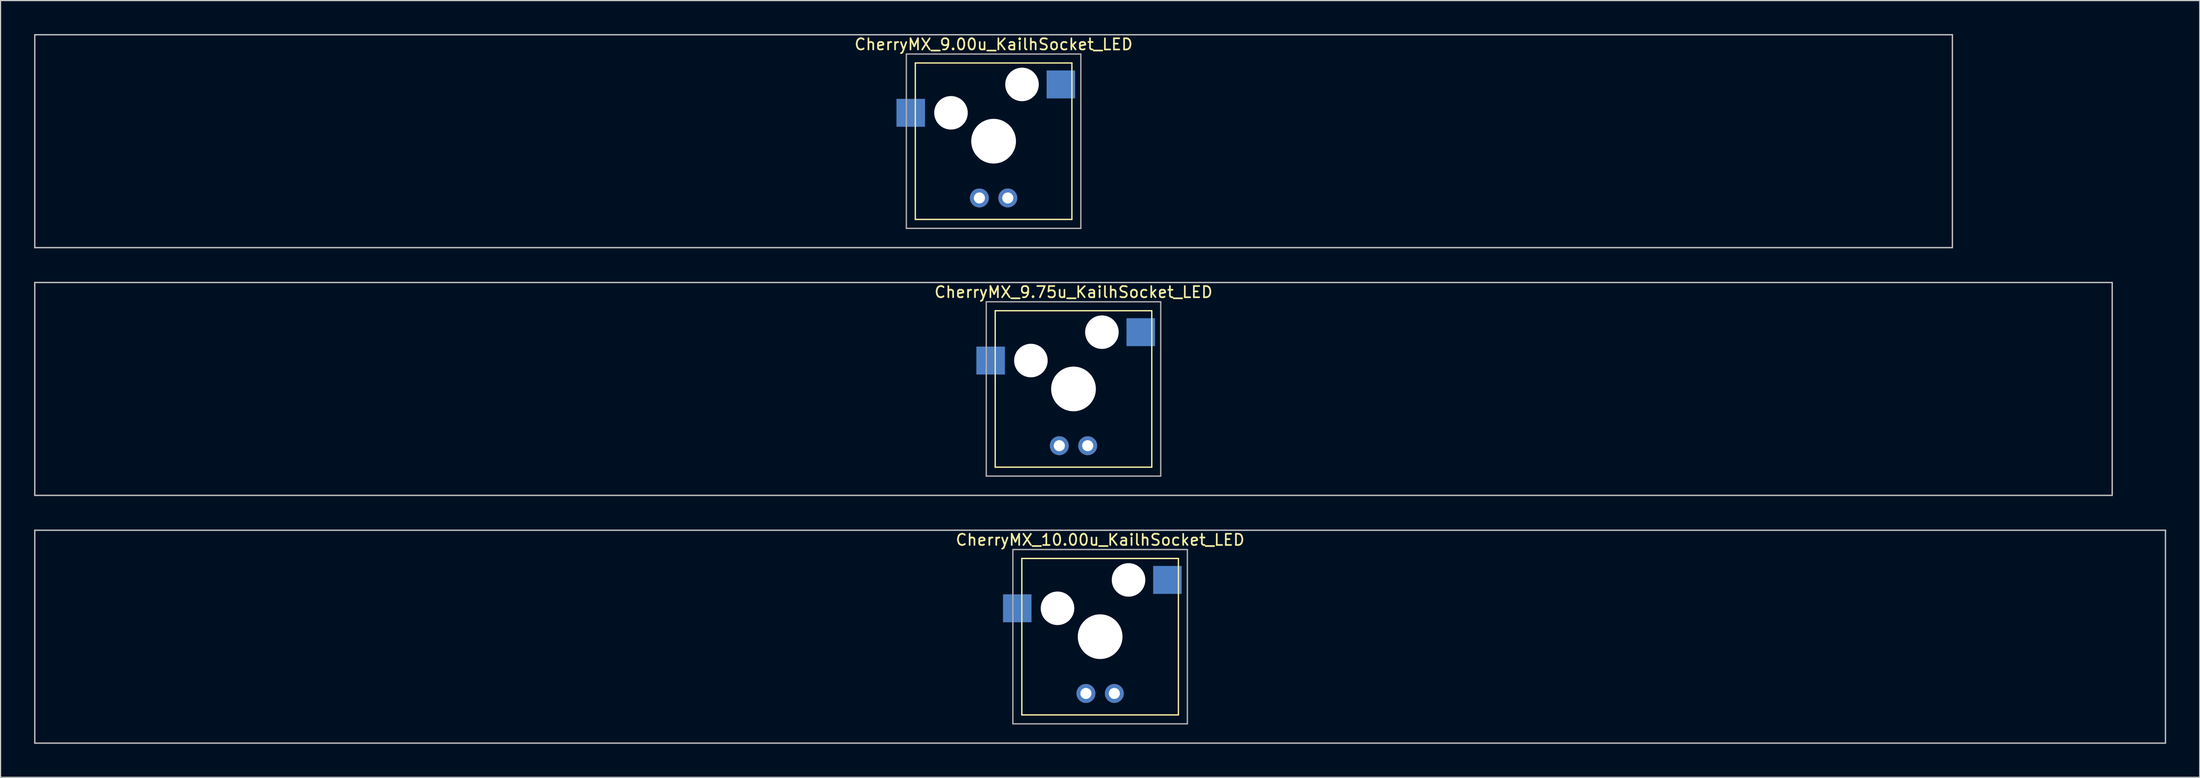
<source format=kicad_pcb>
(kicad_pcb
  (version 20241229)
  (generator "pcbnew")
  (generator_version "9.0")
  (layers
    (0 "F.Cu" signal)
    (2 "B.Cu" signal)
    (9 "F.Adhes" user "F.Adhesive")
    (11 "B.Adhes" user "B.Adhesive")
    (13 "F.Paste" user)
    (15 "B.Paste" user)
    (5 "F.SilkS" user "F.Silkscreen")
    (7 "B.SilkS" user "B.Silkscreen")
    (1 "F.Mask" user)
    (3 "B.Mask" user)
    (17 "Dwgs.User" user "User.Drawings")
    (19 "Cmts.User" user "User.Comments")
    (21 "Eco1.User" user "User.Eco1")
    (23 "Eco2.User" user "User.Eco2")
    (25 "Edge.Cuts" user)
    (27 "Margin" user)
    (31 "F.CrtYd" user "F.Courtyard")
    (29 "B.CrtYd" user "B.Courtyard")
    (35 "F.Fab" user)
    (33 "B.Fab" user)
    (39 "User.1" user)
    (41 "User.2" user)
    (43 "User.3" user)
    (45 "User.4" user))
  (footprint "CherryMX_9.75u_KailhSocket_LED"
    (layer "F.Cu")
    (at 92.929 31.755)
    (property "Reference" "CherryMX_9.75u_KailhSocket_LED" (at 0 -8.662 0) (layer "F.SilkS") (effects (font (size 1 1) (thickness 0.15))))
    (attr through_hole)
    (fp_line (start -7 -7) (end -7 7) (stroke (width 0.12) (type solid)) (layer "F.SilkS"))
    (fp_line (start -7 -7) (end 7 -7) (stroke (width 0.12) (type solid)) (layer "F.SilkS"))
    (fp_line (start 7 -7) (end 7 7) (stroke (width 0.12) (type solid)) (layer "F.SilkS"))
    (fp_line (start 7 7) (end -7 7) (stroke (width 0.12) (type solid)) (layer "F.SilkS"))
    (fp_line (start -92.869 -9.525) (end 92.869 -9.525) (stroke (width 0.12) (type solid)) (layer "Dwgs.User"))
    (fp_line (start -92.869 9.525) (end -92.869 -9.525) (stroke (width 0.12) (type solid)) (layer "Dwgs.User"))
    (fp_line (start 92.869 -9.525) (end 92.869 9.525) (stroke (width 0.12) (type solid)) (layer "Dwgs.User"))
    (fp_line (start 92.869 9.525) (end -92.869 9.525) (stroke (width 0.12) (type solid)) (layer "Dwgs.User"))
    (fp_line (start -7.8 -7.8) (end -7.8 7.8) (stroke (width 0.12) (type solid)) (layer "F.Fab"))
    (fp_line (start -7.8 -7.8) (end 7.8 -7.8) (stroke (width 0.12) (type solid)) (layer "F.Fab"))
    (fp_line (start -7.8 7.8) (end 7.8 7.8) (stroke (width 0.12) (type solid)) (layer "F.Fab"))
    (fp_line (start 7.8 -7.8) (end 7.8 7.8) (stroke (width 0.12) (type solid)) (layer "F.Fab"))
    (pad "" np_thru_hole circle (at -3.81 -2.54) (size 3 3) (drill 3) (layers "*.Cu" "*.Mask"))
    (pad "" np_thru_hole circle (at 0 0) (size 4 4) (drill 4) (layers "*.Cu" "*.Mask"))
    (pad "" np_thru_hole circle (at 2.54 -5.08) (size 3 3) (drill 3) (layers "*.Cu" "*.Mask"))
    (pad "1" smd rect (at -7.41 -2.54) (size 2.55 2.5) (layers "B.Cu" "B.Mask" "B.Paste"))
    (pad "2" smd rect (at 6.015 -5.08) (size 2.55 2.5) (layers "B.Cu" "B.Mask" "B.Paste"))
    (pad "3" thru_hole circle (at -1.27 5.08) (size 1.691 1.691) (drill 0.991) (layers "*.Cu" "*.Mask"))
    (pad "4" thru_hole circle (at 1.27 5.08) (size 1.691 1.691) (drill 0.991) (layers "*.Cu" "*.Mask")))
  (footprint "CherryMX_10.00u_KailhSocket_LED"
    (layer "F.Cu")
    (at 95.31 53.925)
    (property "Reference" "CherryMX_10.00u_KailhSocket_LED" (at 0 -8.662 0) (layer "F.SilkS") (effects (font (size 1 1) (thickness 0.15))))
    (attr through_hole)
    (fp_line (start -7 -7) (end -7 7) (stroke (width 0.12) (type solid)) (layer "F.SilkS"))
    (fp_line (start -7 -7) (end 7 -7) (stroke (width 0.12) (type solid)) (layer "F.SilkS"))
    (fp_line (start 7 -7) (end 7 7) (stroke (width 0.12) (type solid)) (layer "F.SilkS"))
    (fp_line (start 7 7) (end -7 7) (stroke (width 0.12) (type solid)) (layer "F.SilkS"))
    (fp_line (start -95.25 -9.525) (end 95.25 -9.525) (stroke (width 0.12) (type solid)) (layer "Dwgs.User"))
    (fp_line (start -95.25 9.525) (end -95.25 -9.525) (stroke (width 0.12) (type solid)) (layer "Dwgs.User"))
    (fp_line (start 95.25 -9.525) (end 95.25 9.525) (stroke (width 0.12) (type solid)) (layer "Dwgs.User"))
    (fp_line (start 95.25 9.525) (end -95.25 9.525) (stroke (width 0.12) (type solid)) (layer "Dwgs.User"))
    (fp_line (start -7.8 -7.8) (end -7.8 7.8) (stroke (width 0.12) (type solid)) (layer "F.Fab"))
    (fp_line (start -7.8 -7.8) (end 7.8 -7.8) (stroke (width 0.12) (type solid)) (layer "F.Fab"))
    (fp_line (start -7.8 7.8) (end 7.8 7.8) (stroke (width 0.12) (type solid)) (layer "F.Fab"))
    (fp_line (start 7.8 -7.8) (end 7.8 7.8) (stroke (width 0.12) (type solid)) (layer "F.Fab"))
    (pad "" np_thru_hole circle (at -3.81 -2.54) (size 3 3) (drill 3) (layers "*.Cu" "*.Mask"))
    (pad "" np_thru_hole circle (at 0 0) (size 4 4) (drill 4) (layers "*.Cu" "*.Mask"))
    (pad "" np_thru_hole circle (at 2.54 -5.08) (size 3 3) (drill 3) (layers "*.Cu" "*.Mask"))
    (pad "1" smd rect (at -7.41 -2.54) (size 2.55 2.5) (layers "B.Cu" "B.Mask" "B.Paste"))
    (pad "2" smd rect (at 6.015 -5.08) (size 2.55 2.5) (layers "B.Cu" "B.Mask" "B.Paste"))
    (pad "3" thru_hole circle (at -1.27 5.08) (size 1.691 1.691) (drill 0.991) (layers "*.Cu" "*.Mask"))
    (pad "4" thru_hole circle (at 1.27 5.08) (size 1.691 1.691) (drill 0.991) (layers "*.Cu" "*.Mask")))
  (footprint "CherryMX_9.00u_KailhSocket_LED"
    (layer "F.Cu")
    (at 85.785 9.585)
    (property "Reference" "CherryMX_9.00u_KailhSocket_LED" (at 0 -8.662 0) (layer "F.SilkS") (effects (font (size 1 1) (thickness 0.15))))
    (attr through_hole)
    (fp_line (start -7 -7) (end -7 7) (stroke (width 0.12) (type solid)) (layer "F.SilkS"))
    (fp_line (start -7 -7) (end 7 -7) (stroke (width 0.12) (type solid)) (layer "F.SilkS"))
    (fp_line (start 7 -7) (end 7 7) (stroke (width 0.12) (type solid)) (layer "F.SilkS"))
    (fp_line (start 7 7) (end -7 7) (stroke (width 0.12) (type solid)) (layer "F.SilkS"))
    (fp_line (start -85.725 -9.525) (end 85.725 -9.525) (stroke (width 0.12) (type solid)) (layer "Dwgs.User"))
    (fp_line (start -85.725 9.525) (end -85.725 -9.525) (stroke (width 0.12) (type solid)) (layer "Dwgs.User"))
    (fp_line (start 85.725 -9.525) (end 85.725 9.525) (stroke (width 0.12) (type solid)) (layer "Dwgs.User"))
    (fp_line (start 85.725 9.525) (end -85.725 9.525) (stroke (width 0.12) (type solid)) (layer "Dwgs.User"))
    (fp_line (start -7.8 -7.8) (end -7.8 7.8) (stroke (width 0.12) (type solid)) (layer "F.Fab"))
    (fp_line (start -7.8 -7.8) (end 7.8 -7.8) (stroke (width 0.12) (type solid)) (layer "F.Fab"))
    (fp_line (start -7.8 7.8) (end 7.8 7.8) (stroke (width 0.12) (type solid)) (layer "F.Fab"))
    (fp_line (start 7.8 -7.8) (end 7.8 7.8) (stroke (width 0.12) (type solid)) (layer "F.Fab"))
    (pad "" np_thru_hole circle (at -3.81 -2.54) (size 3 3) (drill 3) (layers "*.Cu" "*.Mask"))
    (pad "" np_thru_hole circle (at 0 0) (size 4 4) (drill 4) (layers "*.Cu" "*.Mask"))
    (pad "" np_thru_hole circle (at 2.54 -5.08) (size 3 3) (drill 3) (layers "*.Cu" "*.Mask"))
    (pad "1" smd rect (at -7.41 -2.54) (size 2.55 2.5) (layers "B.Cu" "B.Mask" "B.Paste"))
    (pad "2" smd rect (at 6.015 -5.08) (size 2.55 2.5) (layers "B.Cu" "B.Mask" "B.Paste"))
    (pad "3" thru_hole circle (at -1.27 5.08) (size 1.691 1.691) (drill 0.991) (layers "*.Cu" "*.Mask"))
    (pad "4" thru_hole circle (at 1.27 5.08) (size 1.691 1.691) (drill 0.991) (layers "*.Cu" "*.Mask")))
  (gr_rect
    (start -3 -3)
    (end 193.62 66.51)
    (stroke (width 0.1) (type default))
    (fill no)
    (layer "Edge.Cuts")))
</source>
